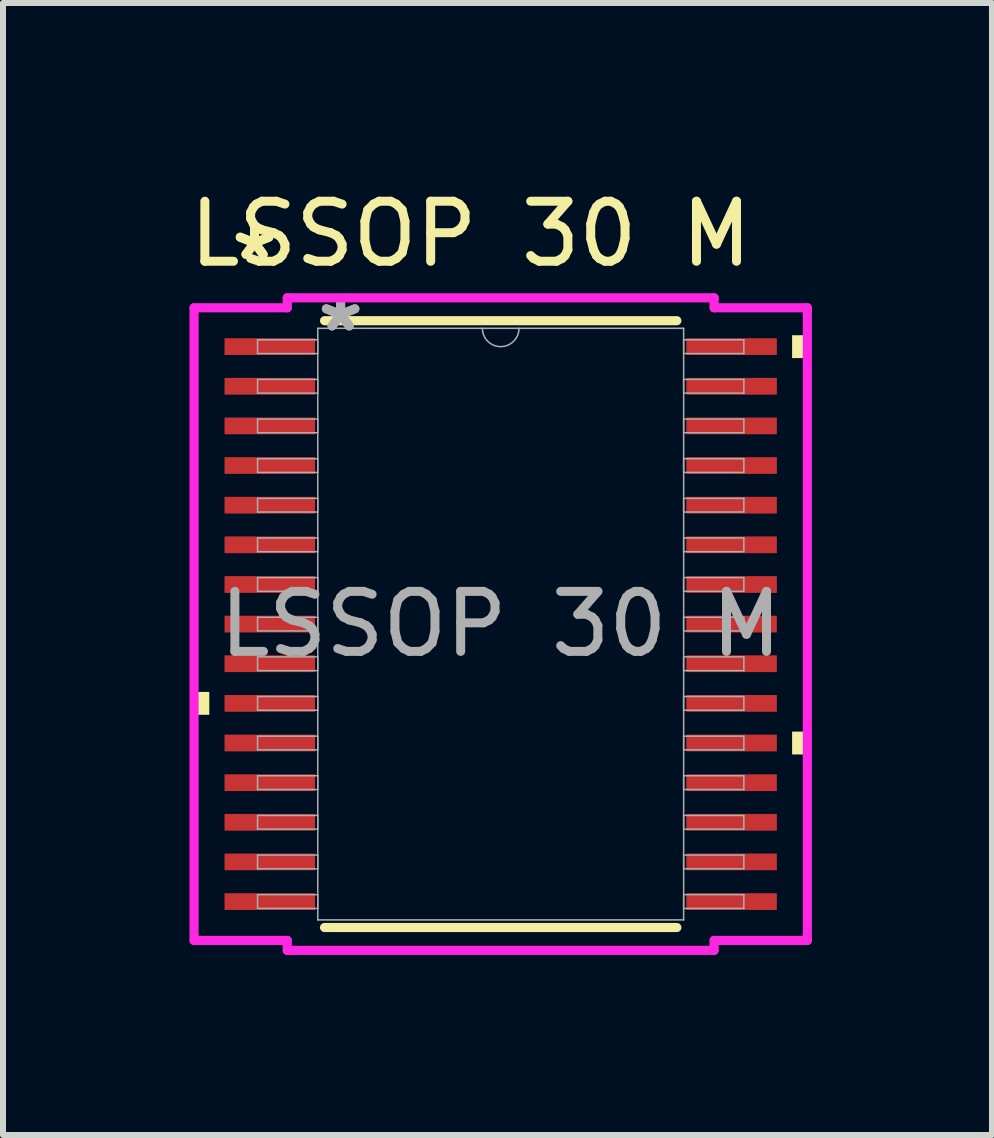
<source format=kicad_pcb>
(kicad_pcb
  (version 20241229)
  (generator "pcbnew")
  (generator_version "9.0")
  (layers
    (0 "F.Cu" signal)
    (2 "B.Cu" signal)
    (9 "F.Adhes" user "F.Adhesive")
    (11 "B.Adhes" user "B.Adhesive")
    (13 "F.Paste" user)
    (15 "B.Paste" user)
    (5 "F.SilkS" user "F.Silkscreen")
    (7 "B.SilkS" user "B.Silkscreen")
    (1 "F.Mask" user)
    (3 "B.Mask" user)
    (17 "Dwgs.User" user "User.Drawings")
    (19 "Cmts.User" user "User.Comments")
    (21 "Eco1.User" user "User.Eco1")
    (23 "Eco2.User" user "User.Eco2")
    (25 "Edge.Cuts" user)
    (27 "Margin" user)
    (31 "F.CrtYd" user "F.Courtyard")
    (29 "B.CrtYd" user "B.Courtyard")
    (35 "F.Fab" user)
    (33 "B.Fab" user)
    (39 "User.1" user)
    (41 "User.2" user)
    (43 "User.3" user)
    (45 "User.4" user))
  (footprint "LSSOP 30 M"
    (layer "F.Cu")
    (at 5.292 7.348)
    (property "Reference" "LSSOP 30 M" (at -0.5 -6.5 0) (unlocked yes) (layer "F.SilkS") (effects (font (size 1 1) (thickness 0.15))))
    (attr smd)
    (fp_line (start -2.935 5.055) (end 2.935 5.055) (stroke (width 0.152) (type solid)) (layer "F.SilkS"))
    (fp_line (start 2.935 -5.055) (end -2.935 -5.055) (stroke (width 0.152) (type solid)) (layer "F.SilkS"))
    (fp_poly (pts (xy -5.109 1.13) (xy -5.109 1.511) (xy -4.855 1.511) (xy -4.855 1.13)) (stroke (width 0) (type solid)) (fill yes) (layer "F.SilkS"))
    (fp_poly (pts (xy 5.109 -4.813) (xy 5.109 -4.432) (xy 4.855 -4.432) (xy 4.855 -4.813)) (stroke (width 0) (type solid)) (fill yes) (layer "F.SilkS"))
    (fp_poly (pts (xy 5.109 1.791) (xy 5.109 2.172) (xy 4.855 2.172) (xy 4.855 1.791)) (stroke (width 0) (type solid)) (fill yes) (layer "F.SilkS"))
    (fp_line (start -5.109 -5.27) (end -3.556 -5.27) (stroke (width 0.152) (type solid)) (layer "F.CrtYd"))
    (fp_line (start -5.109 5.27) (end -5.109 -5.27) (stroke (width 0.152) (type solid)) (layer "F.CrtYd"))
    (fp_line (start -5.109 5.27) (end -3.556 5.27) (stroke (width 0.152) (type solid)) (layer "F.CrtYd"))
    (fp_line (start -3.556 -5.436) (end 3.556 -5.436) (stroke (width 0.152) (type solid)) (layer "F.CrtYd"))
    (fp_line (start -3.556 -5.27) (end -3.556 -5.436) (stroke (width 0.152) (type solid)) (layer "F.CrtYd"))
    (fp_line (start -3.556 5.436) (end -3.556 5.27) (stroke (width 0.152) (type solid)) (layer "F.CrtYd"))
    (fp_line (start 3.556 -5.436) (end 3.556 -5.27) (stroke (width 0.152) (type solid)) (layer "F.CrtYd"))
    (fp_line (start 3.556 5.27) (end 3.556 5.436) (stroke (width 0.152) (type solid)) (layer "F.CrtYd"))
    (fp_line (start 3.556 5.436) (end -3.556 5.436) (stroke (width 0.152) (type solid)) (layer "F.CrtYd"))
    (fp_line (start 5.109 -5.27) (end 3.556 -5.27) (stroke (width 0.152) (type solid)) (layer "F.CrtYd"))
    (fp_line (start 5.109 -5.27) (end 5.109 5.27) (stroke (width 0.152) (type solid)) (layer "F.CrtYd"))
    (fp_line (start 5.109 5.27) (end 3.556 5.27) (stroke (width 0.152) (type solid)) (layer "F.CrtYd"))
    (fp_line (start -4.051 -4.737) (end -4.051 -4.508) (stroke (width 0.025) (type solid)) (layer "F.Fab"))
    (fp_line (start -4.051 -4.508) (end -3.048 -4.508) (stroke (width 0.025) (type solid)) (layer "F.Fab"))
    (fp_line (start -4.051 -4.077) (end -4.051 -3.848) (stroke (width 0.025) (type solid)) (layer "F.Fab"))
    (fp_line (start -4.051 -3.848) (end -3.048 -3.848) (stroke (width 0.025) (type solid)) (layer "F.Fab"))
    (fp_line (start -4.051 -3.416) (end -4.051 -3.188) (stroke (width 0.025) (type solid)) (layer "F.Fab"))
    (fp_line (start -4.051 -3.188) (end -3.048 -3.188) (stroke (width 0.025) (type solid)) (layer "F.Fab"))
    (fp_line (start -4.051 -2.756) (end -4.051 -2.527) (stroke (width 0.025) (type solid)) (layer "F.Fab"))
    (fp_line (start -4.051 -2.527) (end -3.048 -2.527) (stroke (width 0.025) (type solid)) (layer "F.Fab"))
    (fp_line (start -4.051 -2.095) (end -4.051 -1.867) (stroke (width 0.025) (type solid)) (layer "F.Fab"))
    (fp_line (start -4.051 -1.867) (end -3.048 -1.867) (stroke (width 0.025) (type solid)) (layer "F.Fab"))
    (fp_line (start -4.051 -1.435) (end -4.051 -1.206) (stroke (width 0.025) (type solid)) (layer "F.Fab"))
    (fp_line (start -4.051 -1.206) (end -3.048 -1.206) (stroke (width 0.025) (type solid)) (layer "F.Fab"))
    (fp_line (start -4.051 -0.775) (end -4.051 -0.546) (stroke (width 0.025) (type solid)) (layer "F.Fab"))
    (fp_line (start -4.051 -0.546) (end -3.048 -0.546) (stroke (width 0.025) (type solid)) (layer "F.Fab"))
    (fp_line (start -4.051 -0.114) (end -4.051 0.114) (stroke (width 0.025) (type solid)) (layer "F.Fab"))
    (fp_line (start -4.051 0.114) (end -3.048 0.114) (stroke (width 0.025) (type solid)) (layer "F.Fab"))
    (fp_line (start -4.051 0.546) (end -4.051 0.775) (stroke (width 0.025) (type solid)) (layer "F.Fab"))
    (fp_line (start -4.051 0.775) (end -3.048 0.775) (stroke (width 0.025) (type solid)) (layer "F.Fab"))
    (fp_line (start -4.051 1.206) (end -4.051 1.435) (stroke (width 0.025) (type solid)) (layer "F.Fab"))
    (fp_line (start -4.051 1.435) (end -3.048 1.435) (stroke (width 0.025) (type solid)) (layer "F.Fab"))
    (fp_line (start -4.051 1.867) (end -4.051 2.095) (stroke (width 0.025) (type solid)) (layer "F.Fab"))
    (fp_line (start -4.051 2.095) (end -3.048 2.095) (stroke (width 0.025) (type solid)) (layer "F.Fab"))
    (fp_line (start -4.051 2.527) (end -4.051 2.756) (stroke (width 0.025) (type solid)) (layer "F.Fab"))
    (fp_line (start -4.051 2.756) (end -3.048 2.756) (stroke (width 0.025) (type solid)) (layer "F.Fab"))
    (fp_line (start -4.051 3.188) (end -4.051 3.416) (stroke (width 0.025) (type solid)) (layer "F.Fab"))
    (fp_line (start -4.051 3.416) (end -3.048 3.416) (stroke (width 0.025) (type solid)) (layer "F.Fab"))
    (fp_line (start -4.051 3.848) (end -4.051 4.077) (stroke (width 0.025) (type solid)) (layer "F.Fab"))
    (fp_line (start -4.051 4.077) (end -3.048 4.077) (stroke (width 0.025) (type solid)) (layer "F.Fab"))
    (fp_line (start -4.051 4.508) (end -4.051 4.737) (stroke (width 0.025) (type solid)) (layer "F.Fab"))
    (fp_line (start -4.051 4.737) (end -3.048 4.737) (stroke (width 0.025) (type solid)) (layer "F.Fab"))
    (fp_line (start -3.048 -4.928) (end -3.048 4.928) (stroke (width 0.025) (type solid)) (layer "F.Fab"))
    (fp_line (start -3.048 -4.737) (end -4.051 -4.737) (stroke (width 0.025) (type solid)) (layer "F.Fab"))
    (fp_line (start -3.048 -4.508) (end -3.048 -4.737) (stroke (width 0.025) (type solid)) (layer "F.Fab"))
    (fp_line (start -3.048 -4.077) (end -4.051 -4.077) (stroke (width 0.025) (type solid)) (layer "F.Fab"))
    (fp_line (start -3.048 -3.848) (end -3.048 -4.077) (stroke (width 0.025) (type solid)) (layer "F.Fab"))
    (fp_line (start -3.048 -3.416) (end -4.051 -3.416) (stroke (width 0.025) (type solid)) (layer "F.Fab"))
    (fp_line (start -3.048 -3.188) (end -3.048 -3.416) (stroke (width 0.025) (type solid)) (layer "F.Fab"))
    (fp_line (start -3.048 -2.756) (end -4.051 -2.756) (stroke (width 0.025) (type solid)) (layer "F.Fab"))
    (fp_line (start -3.048 -2.527) (end -3.048 -2.756) (stroke (width 0.025) (type solid)) (layer "F.Fab"))
    (fp_line (start -3.048 -2.095) (end -4.051 -2.095) (stroke (width 0.025) (type solid)) (layer "F.Fab"))
    (fp_line (start -3.048 -1.867) (end -3.048 -2.095) (stroke (width 0.025) (type solid)) (layer "F.Fab"))
    (fp_line (start -3.048 -1.435) (end -4.051 -1.435) (stroke (width 0.025) (type solid)) (layer "F.Fab"))
    (fp_line (start -3.048 -1.206) (end -3.048 -1.435) (stroke (width 0.025) (type solid)) (layer "F.Fab"))
    (fp_line (start -3.048 -0.775) (end -4.051 -0.775) (stroke (width 0.025) (type solid)) (layer "F.Fab"))
    (fp_line (start -3.048 -0.546) (end -3.048 -0.775) (stroke (width 0.025) (type solid)) (layer "F.Fab"))
    (fp_line (start -3.048 -0.114) (end -4.051 -0.114) (stroke (width 0.025) (type solid)) (layer "F.Fab"))
    (fp_line (start -3.048 0.114) (end -3.048 -0.114) (stroke (width 0.025) (type solid)) (layer "F.Fab"))
    (fp_line (start -3.048 0.546) (end -4.051 0.546) (stroke (width 0.025) (type solid)) (layer "F.Fab"))
    (fp_line (start -3.048 0.775) (end -3.048 0.546) (stroke (width 0.025) (type solid)) (layer "F.Fab"))
    (fp_line (start -3.048 1.206) (end -4.051 1.206) (stroke (width 0.025) (type solid)) (layer "F.Fab"))
    (fp_line (start -3.048 1.435) (end -3.048 1.206) (stroke (width 0.025) (type solid)) (layer "F.Fab"))
    (fp_line (start -3.048 1.867) (end -4.051 1.867) (stroke (width 0.025) (type solid)) (layer "F.Fab"))
    (fp_line (start -3.048 2.095) (end -3.048 1.867) (stroke (width 0.025) (type solid)) (layer "F.Fab"))
    (fp_line (start -3.048 2.527) (end -4.051 2.527) (stroke (width 0.025) (type solid)) (layer "F.Fab"))
    (fp_line (start -3.048 2.756) (end -3.048 2.527) (stroke (width 0.025) (type solid)) (layer "F.Fab"))
    (fp_line (start -3.048 3.188) (end -4.051 3.188) (stroke (width 0.025) (type solid)) (layer "F.Fab"))
    (fp_line (start -3.048 3.416) (end -3.048 3.188) (stroke (width 0.025) (type solid)) (layer "F.Fab"))
    (fp_line (start -3.048 3.848) (end -4.051 3.848) (stroke (width 0.025) (type solid)) (layer "F.Fab"))
    (fp_line (start -3.048 4.077) (end -3.048 3.848) (stroke (width 0.025) (type solid)) (layer "F.Fab"))
    (fp_line (start -3.048 4.508) (end -4.051 4.508) (stroke (width 0.025) (type solid)) (layer "F.Fab"))
    (fp_line (start -3.048 4.737) (end -3.048 4.508) (stroke (width 0.025) (type solid)) (layer "F.Fab"))
    (fp_line (start -3.048 4.928) (end 3.048 4.928) (stroke (width 0.025) (type solid)) (layer "F.Fab"))
    (fp_line (start 3.048 -4.928) (end -3.048 -4.928) (stroke (width 0.025) (type solid)) (layer "F.Fab"))
    (fp_line (start 3.048 -4.737) (end 3.048 -4.508) (stroke (width 0.025) (type solid)) (layer "F.Fab"))
    (fp_line (start 3.048 -4.508) (end 4.051 -4.508) (stroke (width 0.025) (type solid)) (layer "F.Fab"))
    (fp_line (start 3.048 -4.077) (end 3.048 -3.848) (stroke (width 0.025) (type solid)) (layer "F.Fab"))
    (fp_line (start 3.048 -3.848) (end 4.051 -3.848) (stroke (width 0.025) (type solid)) (layer "F.Fab"))
    (fp_line (start 3.048 -3.416) (end 3.048 -3.188) (stroke (width 0.025) (type solid)) (layer "F.Fab"))
    (fp_line (start 3.048 -3.188) (end 4.051 -3.188) (stroke (width 0.025) (type solid)) (layer "F.Fab"))
    (fp_line (start 3.048 -2.756) (end 3.048 -2.527) (stroke (width 0.025) (type solid)) (layer "F.Fab"))
    (fp_line (start 3.048 -2.527) (end 4.051 -2.527) (stroke (width 0.025) (type solid)) (layer "F.Fab"))
    (fp_line (start 3.048 -2.095) (end 3.048 -1.867) (stroke (width 0.025) (type solid)) (layer "F.Fab"))
    (fp_line (start 3.048 -1.867) (end 4.051 -1.867) (stroke (width 0.025) (type solid)) (layer "F.Fab"))
    (fp_line (start 3.048 -1.435) (end 3.048 -1.206) (stroke (width 0.025) (type solid)) (layer "F.Fab"))
    (fp_line (start 3.048 -1.206) (end 4.051 -1.206) (stroke (width 0.025) (type solid)) (layer "F.Fab"))
    (fp_line (start 3.048 -0.775) (end 3.048 -0.546) (stroke (width 0.025) (type solid)) (layer "F.Fab"))
    (fp_line (start 3.048 -0.546) (end 4.051 -0.546) (stroke (width 0.025) (type solid)) (layer "F.Fab"))
    (fp_line (start 3.048 -0.114) (end 3.048 0.114) (stroke (width 0.025) (type solid)) (layer "F.Fab"))
    (fp_line (start 3.048 0.114) (end 4.051 0.114) (stroke (width 0.025) (type solid)) (layer "F.Fab"))
    (fp_line (start 3.048 0.546) (end 3.048 0.775) (stroke (width 0.025) (type solid)) (layer "F.Fab"))
    (fp_line (start 3.048 0.775) (end 4.051 0.775) (stroke (width 0.025) (type solid)) (layer "F.Fab"))
    (fp_line (start 3.048 1.206) (end 3.048 1.435) (stroke (width 0.025) (type solid)) (layer "F.Fab"))
    (fp_line (start 3.048 1.435) (end 4.051 1.435) (stroke (width 0.025) (type solid)) (layer "F.Fab"))
    (fp_line (start 3.048 1.867) (end 3.048 2.095) (stroke (width 0.025) (type solid)) (layer "F.Fab"))
    (fp_line (start 3.048 2.095) (end 4.051 2.095) (stroke (width 0.025) (type solid)) (layer "F.Fab"))
    (fp_line (start 3.048 2.527) (end 3.048 2.756) (stroke (width 0.025) (type solid)) (layer "F.Fab"))
    (fp_line (start 3.048 2.756) (end 4.051 2.756) (stroke (width 0.025) (type solid)) (layer "F.Fab"))
    (fp_line (start 3.048 3.188) (end 3.048 3.416) (stroke (width 0.025) (type solid)) (layer "F.Fab"))
    (fp_line (start 3.048 3.416) (end 4.051 3.416) (stroke (width 0.025) (type solid)) (layer "F.Fab"))
    (fp_line (start 3.048 3.848) (end 3.048 4.077) (stroke (width 0.025) (type solid)) (layer "F.Fab"))
    (fp_line (start 3.048 4.077) (end 4.051 4.077) (stroke (width 0.025) (type solid)) (layer "F.Fab"))
    (fp_line (start 3.048 4.508) (end 3.048 4.737) (stroke (width 0.025) (type solid)) (layer "F.Fab"))
    (fp_line (start 3.048 4.737) (end 4.051 4.737) (stroke (width 0.025) (type solid)) (layer "F.Fab"))
    (fp_line (start 3.048 4.928) (end 3.048 -4.928) (stroke (width 0.025) (type solid)) (layer "F.Fab"))
    (fp_line (start 4.051 -4.737) (end 3.048 -4.737) (stroke (width 0.025) (type solid)) (layer "F.Fab"))
    (fp_line (start 4.051 -4.508) (end 4.051 -4.737) (stroke (width 0.025) (type solid)) (layer "F.Fab"))
    (fp_line (start 4.051 -4.077) (end 3.048 -4.077) (stroke (width 0.025) (type solid)) (layer "F.Fab"))
    (fp_line (start 4.051 -3.848) (end 4.051 -4.077) (stroke (width 0.025) (type solid)) (layer "F.Fab"))
    (fp_line (start 4.051 -3.416) (end 3.048 -3.416) (stroke (width 0.025) (type solid)) (layer "F.Fab"))
    (fp_line (start 4.051 -3.188) (end 4.051 -3.416) (stroke (width 0.025) (type solid)) (layer "F.Fab"))
    (fp_line (start 4.051 -2.756) (end 3.048 -2.756) (stroke (width 0.025) (type solid)) (layer "F.Fab"))
    (fp_line (start 4.051 -2.527) (end 4.051 -2.756) (stroke (width 0.025) (type solid)) (layer "F.Fab"))
    (fp_line (start 4.051 -2.095) (end 3.048 -2.095) (stroke (width 0.025) (type solid)) (layer "F.Fab"))
    (fp_line (start 4.051 -1.867) (end 4.051 -2.095) (stroke (width 0.025) (type solid)) (layer "F.Fab"))
    (fp_line (start 4.051 -1.435) (end 3.048 -1.435) (stroke (width 0.025) (type solid)) (layer "F.Fab"))
    (fp_line (start 4.051 -1.206) (end 4.051 -1.435) (stroke (width 0.025) (type solid)) (layer "F.Fab"))
    (fp_line (start 4.051 -0.775) (end 3.048 -0.775) (stroke (width 0.025) (type solid)) (layer "F.Fab"))
    (fp_line (start 4.051 -0.546) (end 4.051 -0.775) (stroke (width 0.025) (type solid)) (layer "F.Fab"))
    (fp_line (start 4.051 -0.114) (end 3.048 -0.114) (stroke (width 0.025) (type solid)) (layer "F.Fab"))
    (fp_line (start 4.051 0.114) (end 4.051 -0.114) (stroke (width 0.025) (type solid)) (layer "F.Fab"))
    (fp_line (start 4.051 0.546) (end 3.048 0.546) (stroke (width 0.025) (type solid)) (layer "F.Fab"))
    (fp_line (start 4.051 0.775) (end 4.051 0.546) (stroke (width 0.025) (type solid)) (layer "F.Fab"))
    (fp_line (start 4.051 1.206) (end 3.048 1.206) (stroke (width 0.025) (type solid)) (layer "F.Fab"))
    (fp_line (start 4.051 1.435) (end 4.051 1.206) (stroke (width 0.025) (type solid)) (layer "F.Fab"))
    (fp_line (start 4.051 1.867) (end 3.048 1.867) (stroke (width 0.025) (type solid)) (layer "F.Fab"))
    (fp_line (start 4.051 2.095) (end 4.051 1.867) (stroke (width 0.025) (type solid)) (layer "F.Fab"))
    (fp_line (start 4.051 2.527) (end 3.048 2.527) (stroke (width 0.025) (type solid)) (layer "F.Fab"))
    (fp_line (start 4.051 2.756) (end 4.051 2.527) (stroke (width 0.025) (type solid)) (layer "F.Fab"))
    (fp_line (start 4.051 3.188) (end 3.048 3.188) (stroke (width 0.025) (type solid)) (layer "F.Fab"))
    (fp_line (start 4.051 3.416) (end 4.051 3.188) (stroke (width 0.025) (type solid)) (layer "F.Fab"))
    (fp_line (start 4.051 3.848) (end 3.048 3.848) (stroke (width 0.025) (type solid)) (layer "F.Fab"))
    (fp_line (start 4.051 4.077) (end 4.051 3.848) (stroke (width 0.025) (type solid)) (layer "F.Fab"))
    (fp_line (start 4.051 4.508) (end 3.048 4.508) (stroke (width 0.025) (type solid)) (layer "F.Fab"))
    (fp_line (start 4.051 4.737) (end 4.051 4.508) (stroke (width 0.025) (type solid)) (layer "F.Fab"))
    (fp_arc (start 0.3048 -4.9276) (mid 0 -4.6228) (end -0.3048 -4.9276) (stroke (width 0.0254) (type solid)) (layer "F.Fab"))
    (fp_text user "*" (at -4.101 -6.044 0) (unlocked yes) (layer "F.SilkS") (effects (font (size 1 1) (thickness 0.15))))
    (fp_text user "*" (at -4.101 -6.044 0) (layer "F.SilkS") (effects (font (size 1 1) (thickness 0.15))))
    (fp_text user "${REFERENCE}" (at 0 0 0) (unlocked yes) (layer "F.Fab") (effects (font (size 1 1) (thickness 0.15))))
    (fp_text user "*" (at -2.667 -4.851 0) (unlocked yes) (layer "F.Fab") (effects (font (size 1 1) (thickness 0.15))))
    (fp_text user "*" (at -2.667 -4.851 0) (layer "F.Fab") (effects (font (size 1 1) (thickness 0.15))))
    (pad "1" smd rect (at -3.847 -4.623) (size 1.508 0.279) (layers "F.Cu" "F.Mask" "F.Paste"))
    (pad "2" smd rect (at -3.847 -3.962) (size 1.508 0.279) (layers "F.Cu" "F.Mask" "F.Paste"))
    (pad "3" smd rect (at -3.847 -3.302) (size 1.508 0.279) (layers "F.Cu" "F.Mask" "F.Paste"))
    (pad "4" smd rect (at -3.847 -2.642) (size 1.508 0.279) (layers "F.Cu" "F.Mask" "F.Paste"))
    (pad "5" smd rect (at -3.847 -1.981) (size 1.508 0.279) (layers "F.Cu" "F.Mask" "F.Paste"))
    (pad "6" smd rect (at -3.847 -1.321) (size 1.508 0.279) (layers "F.Cu" "F.Mask" "F.Paste"))
    (pad "7" smd rect (at -3.847 -0.66) (size 1.508 0.279) (layers "F.Cu" "F.Mask" "F.Paste"))
    (pad "8" smd rect (at -3.847 0) (size 1.508 0.279) (layers "F.Cu" "F.Mask" "F.Paste"))
    (pad "9" smd rect (at -3.847 0.66) (size 1.508 0.279) (layers "F.Cu" "F.Mask" "F.Paste"))
    (pad "10" smd rect (at -3.847 1.321) (size 1.508 0.279) (layers "F.Cu" "F.Mask" "F.Paste"))
    (pad "11" smd rect (at -3.847 1.981) (size 1.508 0.279) (layers "F.Cu" "F.Mask" "F.Paste"))
    (pad "12" smd rect (at -3.847 2.642) (size 1.508 0.279) (layers "F.Cu" "F.Mask" "F.Paste"))
    (pad "13" smd rect (at -3.847 3.302) (size 1.508 0.279) (layers "F.Cu" "F.Mask" "F.Paste"))
    (pad "14" smd rect (at -3.847 3.962) (size 1.508 0.279) (layers "F.Cu" "F.Mask" "F.Paste"))
    (pad "15" smd rect (at -3.847 4.623) (size 1.508 0.279) (layers "F.Cu" "F.Mask" "F.Paste"))
    (pad "16" smd rect (at 3.847 4.623) (size 1.508 0.279) (layers "F.Cu" "F.Mask" "F.Paste"))
    (pad "17" smd rect (at 3.847 3.962) (size 1.508 0.279) (layers "F.Cu" "F.Mask" "F.Paste"))
    (pad "18" smd rect (at 3.847 3.302) (size 1.508 0.279) (layers "F.Cu" "F.Mask" "F.Paste"))
    (pad "19" smd rect (at 3.847 2.642) (size 1.508 0.279) (layers "F.Cu" "F.Mask" "F.Paste"))
    (pad "20" smd rect (at 3.847 1.981) (size 1.508 0.279) (layers "F.Cu" "F.Mask" "F.Paste"))
    (pad "21" smd rect (at 3.847 1.321) (size 1.508 0.279) (layers "F.Cu" "F.Mask" "F.Paste"))
    (pad "22" smd rect (at 3.847 0.66) (size 1.508 0.279) (layers "F.Cu" "F.Mask" "F.Paste"))
    (pad "23" smd rect (at 3.847 0) (size 1.508 0.279) (layers "F.Cu" "F.Mask" "F.Paste"))
    (pad "24" smd rect (at 3.847 -0.66) (size 1.508 0.279) (layers "F.Cu" "F.Mask" "F.Paste"))
    (pad "25" smd rect (at 3.847 -1.321) (size 1.508 0.279) (layers "F.Cu" "F.Mask" "F.Paste"))
    (pad "26" smd rect (at 3.847 -1.981) (size 1.508 0.279) (layers "F.Cu" "F.Mask" "F.Paste"))
    (pad "27" smd rect (at 3.847 -2.642) (size 1.508 0.279) (layers "F.Cu" "F.Mask" "F.Paste"))
    (pad "28" smd rect (at 3.847 -3.302) (size 1.508 0.279) (layers "F.Cu" "F.Mask" "F.Paste"))
    (pad "29" smd rect (at 3.847 -3.962) (size 1.508 0.279) (layers "F.Cu" "F.Mask" "F.Paste"))
    (pad "30" smd rect (at 3.847 -4.623) (size 1.508 0.279) (layers "F.Cu" "F.Mask" "F.Paste")))
  (gr_rect
    (start -3 -3)
    (end 13.477 15.86)
    (stroke (width 0.1) (type default))
    (fill no)
    (layer "Edge.Cuts")))
</source>
